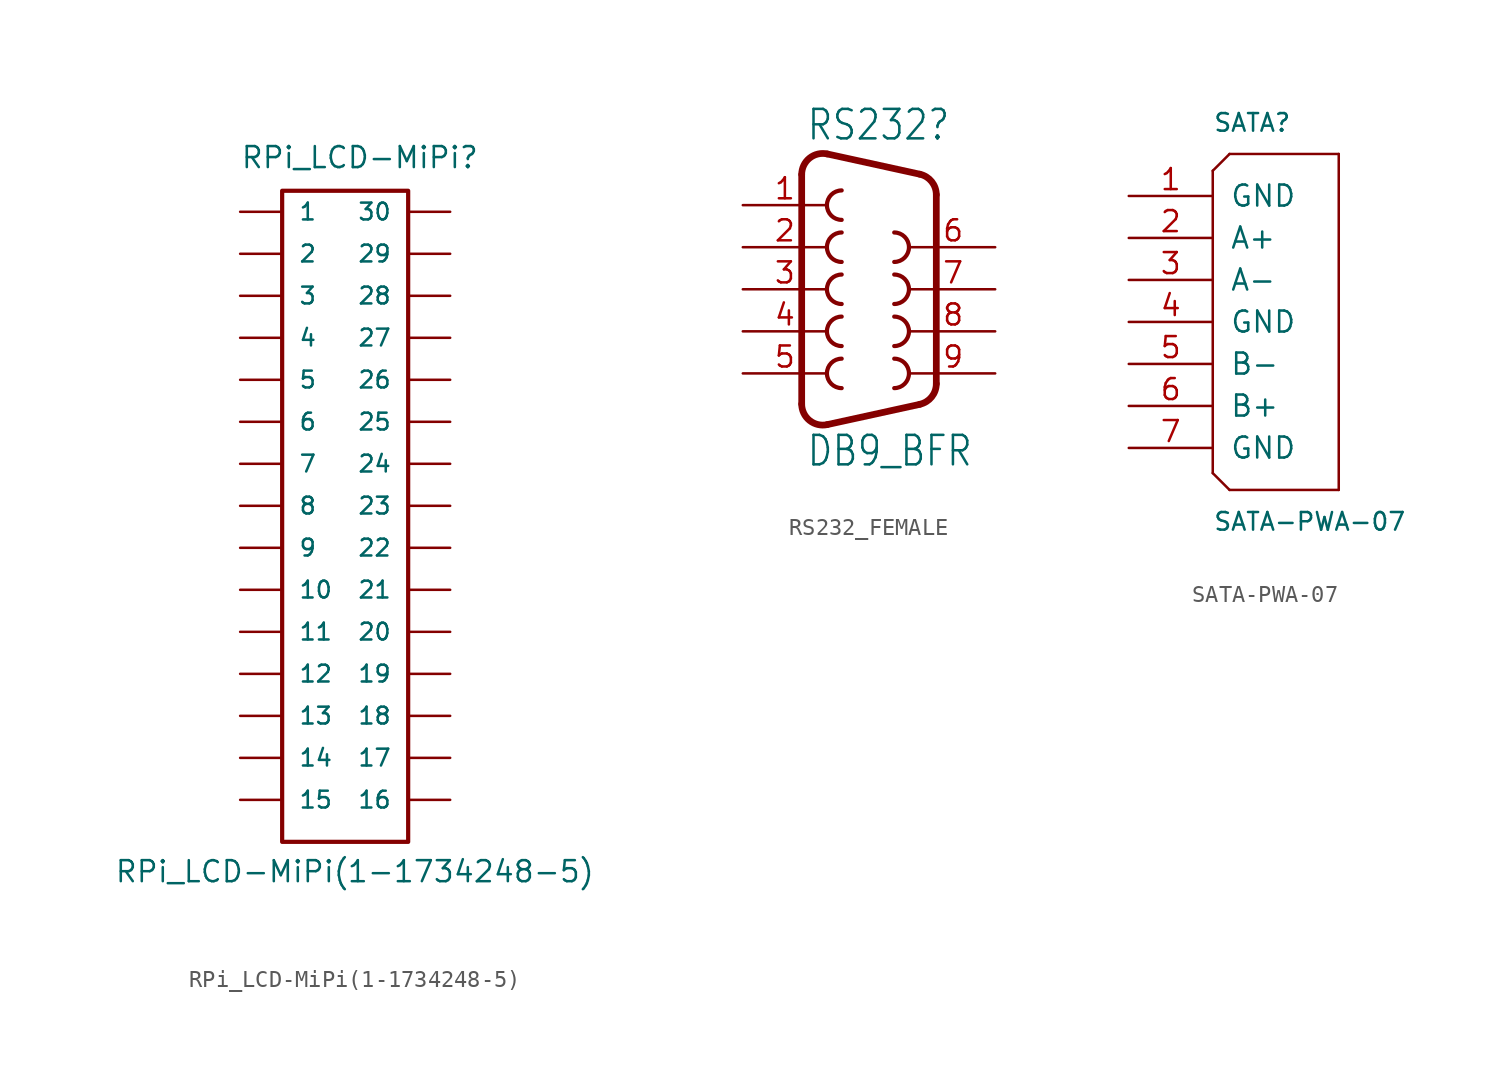
<source format=kicad_sym>
(kicad_symbol_lib
  (version 20220914)
  (generator kicad_symbol_editor)
  (symbol "RPi_LCD-MiPi(1-1734248-5)"
    (pin_numbers hide)
    (pin_names
      (offset 1.016))
    (property "Reference" "RPi_LCD-MiPi"
      (at -7.62 20.32 0)
      (effects (font (size 1.27 1.27)) (justify left bottom)))
    (property "Value" "RPi_LCD-MiPi(1-1734248-5)"
      (at -15.24 -22.86 0)
      (effects (font (size 1.27 1.27)) (justify left bottom)))
    (property "Datasheet" ""
      (at 0 -5.08 0)
      (effects (font (size 1.524 1.524))))
    (symbol "RPi_LCD-MiPi(1-1734248-5)_1_0"
      (rectangle (start -5.08 19.05) (end 2.54 -20.32) (stroke (width 0.254) (type solid)) (fill (type none))))
    (symbol "RPi_LCD-MiPi(1-1734248-5)_1_1"
      (pin passive line (at -7.62 17.78 0) (length 2.489) (name "1" (effects (font (size 1.016 1.016)))) (number "1" (effects (font (size 1.016 1.016)))))
      (pin passive line (at -7.62 -5.08 0) (length 2.489) (name "10" (effects (font (size 1.016 1.016)))) (number "10" (effects (font (size 1.016 1.016)))))
      (pin passive line (at -7.62 -7.62 0) (length 2.489) (name "11" (effects (font (size 1.016 1.016)))) (number "11" (effects (font (size 1.016 1.016)))))
      (pin passive line (at -7.62 -10.16 0) (length 2.489) (name "12" (effects (font (size 1.016 1.016)))) (number "12" (effects (font (size 1.016 1.016)))))
      (pin passive line (at -7.62 -12.7 0) (length 2.489) (name "13" (effects (font (size 1.016 1.016)))) (number "13" (effects (font (size 1.016 1.016)))))
      (pin passive line (at -7.62 -15.24 0) (length 2.489) (name "14" (effects (font (size 1.016 1.016)))) (number "14" (effects (font (size 1.016 1.016)))))
      (pin passive line (at -7.62 -17.78 0) (length 2.489) (name "15" (effects (font (size 1.016 1.016)))) (number "15" (effects (font (size 1.016 1.016)))))
      (pin passive line (at 5.08 -17.78 180) (length 2.489) (name "16" (effects (font (size 1.016 1.016)))) (number "16" (effects (font (size 1.016 1.016)))))
      (pin passive line (at 5.08 -15.24 180) (length 2.489) (name "17" (effects (font (size 1.016 1.016)))) (number "17" (effects (font (size 1.016 1.016)))))
      (pin passive line (at 5.08 -12.7 180) (length 2.489) (name "18" (effects (font (size 1.016 1.016)))) (number "18" (effects (font (size 1.016 1.016)))))
      (pin passive line (at 5.08 -10.16 180) (length 2.489) (name "19" (effects (font (size 1.016 1.016)))) (number "19" (effects (font (size 1.016 1.016)))))
      (pin passive line (at -7.62 15.24 0) (length 2.489) (name "2" (effects (font (size 1.016 1.016)))) (number "2" (effects (font (size 1.016 1.016)))))
      (pin passive line (at 5.08 -7.62 180) (length 2.489) (name "20" (effects (font (size 1.016 1.016)))) (number "20" (effects (font (size 1.016 1.016)))))
      (pin passive line (at 5.08 -5.08 180) (length 2.489) (name "21" (effects (font (size 1.016 1.016)))) (number "21" (effects (font (size 1.016 1.016)))))
      (pin passive line (at 5.08 -2.54 180) (length 2.489) (name "22" (effects (font (size 1.016 1.016)))) (number "22" (effects (font (size 1.016 1.016)))))
      (pin passive line (at 5.08 0 180) (length 2.489) (name "23" (effects (font (size 1.016 1.016)))) (number "23" (effects (font (size 1.016 1.016)))))
      (pin passive line (at 5.08 2.54 180) (length 2.489) (name "24" (effects (font (size 1.016 1.016)))) (number "24" (effects (font (size 1.016 1.016)))))
      (pin passive line (at 5.08 5.08 180) (length 2.489) (name "25" (effects (font (size 1.016 1.016)))) (number "25" (effects (font (size 1.016 1.016)))))
      (pin passive line (at 5.08 7.62 180) (length 2.489) (name "26" (effects (font (size 1.016 1.016)))) (number "26" (effects (font (size 1.016 1.016)))))
      (pin passive line (at 5.08 10.16 180) (length 2.489) (name "27" (effects (font (size 1.016 1.016)))) (number "27" (effects (font (size 1.016 1.016)))))
      (pin passive line (at 5.08 12.7 180) (length 2.489) (name "28" (effects (font (size 1.016 1.016)))) (number "28" (effects (font (size 1.016 1.016)))))
      (pin passive line (at 5.08 15.24 180) (length 2.489) (name "29" (effects (font (size 1.016 1.016)))) (number "29" (effects (font (size 1.016 1.016)))))
      (pin passive line (at -7.62 12.7 0) (length 2.489) (name "3" (effects (font (size 1.016 1.016)))) (number "3" (effects (font (size 1.016 1.016)))))
      (pin passive line (at 5.08 17.78 180) (length 2.489) (name "30" (effects (font (size 1.016 1.016)))) (number "30" (effects (font (size 1.016 1.016)))))
      (pin passive line (at -7.62 10.16 0) (length 2.489) (name "4" (effects (font (size 1.016 1.016)))) (number "4" (effects (font (size 1.016 1.016)))))
      (pin passive line (at -7.62 7.62 0) (length 2.489) (name "5" (effects (font (size 1.016 1.016)))) (number "5" (effects (font (size 1.016 1.016)))))
      (pin passive line (at -7.62 5.08 0) (length 2.489) (name "6" (effects (font (size 1.016 1.016)))) (number "6" (effects (font (size 1.016 1.016)))))
      (pin passive line (at -7.62 2.54 0) (length 2.489) (name "7" (effects (font (size 1.016 1.016)))) (number "7" (effects (font (size 1.016 1.016)))))
      (pin passive line (at -7.62 0 0) (length 2.489) (name "8" (effects (font (size 1.016 1.016)))) (number "8" (effects (font (size 1.016 1.016)))))
      (pin passive line (at -7.62 -2.54 0) (length 2.489) (name "9" (effects (font (size 1.016 1.016)))) (number "9" (effects (font (size 1.016 1.016)))))))
  (symbol "RS232_FEMALE"
    (property "Reference" "RS232"
      (at -3.81 8.89 0)
      (effects (font (size 1.778 1.511)) (justify left bottom)))
    (property "Value" "DB9_BFR"
      (at -3.81 -10.795 0)
      (effects (font (size 1.778 1.511)) (justify left bottom)))
    (symbol "RS232_FEMALE_1_0"
      (arc (start -4.064 -6.9312) (mid -3.5903 -7.9206) (end -2.5225 -8.172) (stroke (width 0.4064) (type solid)) (fill (type none)))
      (arc (start -2.5225 8.1719) (mid -3.5902 7.9205) (end -4.064 6.9312) (stroke (width 0.4064) (type solid)) (fill (type none)))
      (arc (start -1.651 -4.191) (mid -2.5362 -5.08) (end -1.651 -5.969) (stroke (width 0.254) (type solid)) (fill (type none)))
      (arc (start -1.651 -1.651) (mid -2.5362 -2.54) (end -1.651 -3.429) (stroke (width 0.254) (type solid)) (fill (type none)))
      (arc (start -1.651 0.889) (mid -2.5362 0) (end -1.651 -0.889) (stroke (width 0.254) (type solid)) (fill (type none)))
      (arc (start -1.651 3.429) (mid -2.5362 2.54) (end -1.651 1.651) (stroke (width 0.254) (type solid)) (fill (type none)))
      (arc (start -1.651 5.969) (mid -2.5362 5.08) (end -1.651 4.191) (stroke (width 0.254) (type solid)) (fill (type none)))
      (polyline (pts (xy -4.064 -6.931) (xy -4.064 6.931)) (stroke (width 0.406) (type solid)) (fill (type none)))
      (polyline (pts (xy -2.523 -8.172) (xy 3.065 -6.949)) (stroke (width 0.406) (type solid)) (fill (type none)))
      (polyline (pts (xy -2.523 8.172) (xy 3.065 6.949)) (stroke (width 0.406) (type solid)) (fill (type none)))
      (polyline (pts (xy 4.064 -5.709) (xy 4.064 5.709)) (stroke (width 0.406) (type solid)) (fill (type none)))
      (arc (start 1.524 -5.969) (mid 2.4092 -5.08) (end 1.524 -4.191) (stroke (width 0.254) (type solid)) (fill (type none)))
      (arc (start 1.524 -3.429) (mid 2.4092 -2.54) (end 1.524 -1.651) (stroke (width 0.254) (type solid)) (fill (type none)))
      (arc (start 1.524 -0.889) (mid 2.4092 0) (end 1.524 0.889) (stroke (width 0.254) (type solid)) (fill (type none)))
      (arc (start 1.524 1.651) (mid 2.4092 2.54) (end 1.524 3.429) (stroke (width 0.254) (type solid)) (fill (type none)))
      (arc (start 3.0654 -6.9494) (mid 3.7833 -6.505) (end 4.064 -5.7087) (stroke (width 0.4064) (type solid)) (fill (type none)))
      (arc (start 4.0642 5.7088) (mid 3.7834 6.5051) (end 3.0654 6.9495) (stroke (width 0.4064) (type solid)) (fill (type none)))
      (pin passive line (at -7.62 5.08 0) (length 5.08) (name "1" (effects (font (size 0 0)))) (number "1" (effects (font (size 1.27 1.27)))))
      (pin passive line (at -7.62 2.54 0) (length 5.08) (name "2" (effects (font (size 0 0)))) (number "2" (effects (font (size 1.27 1.27)))))
      (pin passive line (at -7.62 0 0) (length 5.08) (name "3" (effects (font (size 0 0)))) (number "3" (effects (font (size 1.27 1.27)))))
      (pin passive line (at -7.62 -2.54 0) (length 5.08) (name "4" (effects (font (size 0 0)))) (number "4" (effects (font (size 1.27 1.27)))))
      (pin passive line (at -7.62 -5.08 0) (length 5.08) (name "5" (effects (font (size 0 0)))) (number "5" (effects (font (size 1.27 1.27)))))
      (pin passive line (at 7.62 2.54 180) (length 5.08) (name "6" (effects (font (size 0 0)))) (number "6" (effects (font (size 1.27 1.27)))))
      (pin passive line (at 7.62 0 180) (length 5.08) (name "7" (effects (font (size 0 0)))) (number "7" (effects (font (size 1.27 1.27)))))
      (pin passive line (at 7.62 -2.54 180) (length 5.08) (name "8" (effects (font (size 0 0)))) (number "8" (effects (font (size 1.27 1.27)))))
      (pin passive line (at 7.62 -5.08 180) (length 5.08) (name "9" (effects (font (size 0 0)))) (number "9" (effects (font (size 1.27 1.27)))))))
  (symbol "SATA-PWA-07"
    (pin_names
      (offset 1.016))
    (property "Reference" "SATA"
      (at -2.54 11.43 0)
      (effects (font (size 1.067 1.067)) (justify left bottom)))
    (property "Value" "SATA-PWA-07"
      (at -2.54 -12.7 0)
      (effects (font (size 1.067 1.067)) (justify left bottom)))
    (symbol "SATA-PWA-07_1_0"
      (polyline (pts (xy -2.54 -9.144) (xy -1.524 -10.16)) (stroke (width 0) (type solid)) (fill (type none)))
      (polyline (pts (xy -2.54 9.144) (xy -2.54 -9.144)) (stroke (width 0) (type solid)) (fill (type none)))
      (polyline (pts (xy -1.524 -10.16) (xy 5.08 -10.16)) (stroke (width 0) (type solid)) (fill (type none)))
      (polyline (pts (xy -1.524 10.16) (xy -2.54 9.144)) (stroke (width 0) (type solid)) (fill (type none)))
      (polyline (pts (xy 5.08 -10.16) (xy 5.08 10.16)) (stroke (width 0) (type solid)) (fill (type none)))
      (polyline (pts (xy 5.08 10.16) (xy -1.524 10.16)) (stroke (width 0) (type solid)) (fill (type none)))
      (pin power_in line (at -7.62 7.62 0) (length 5.08) (name "GND" (effects (font (size 1.27 1.27)))) (number "1" (effects (font (size 1.27 1.27)))))
      (pin bidirectional line (at -7.62 5.08 0) (length 5.08) (name "A+" (effects (font (size 1.27 1.27)))) (number "2" (effects (font (size 1.27 1.27)))))
      (pin bidirectional line (at -7.62 2.54 0) (length 5.08) (name "A-" (effects (font (size 1.27 1.27)))) (number "3" (effects (font (size 1.27 1.27)))))
      (pin power_in line (at -7.62 0 0) (length 5.08) (name "GND" (effects (font (size 1.27 1.27)))) (number "4" (effects (font (size 1.27 1.27)))))
      (pin bidirectional line (at -7.62 -2.54 0) (length 5.08) (name "B-" (effects (font (size 1.27 1.27)))) (number "5" (effects (font (size 1.27 1.27)))))
      (pin bidirectional line (at -7.62 -5.08 0) (length 5.08) (name "B+" (effects (font (size 1.27 1.27)))) (number "6" (effects (font (size 1.27 1.27)))))
      (pin power_in line (at -7.62 -7.62 0) (length 5.08) (name "GND" (effects (font (size 1.27 1.27)))) (number "7" (effects (font (size 1.27 1.27))))))))
</source>
